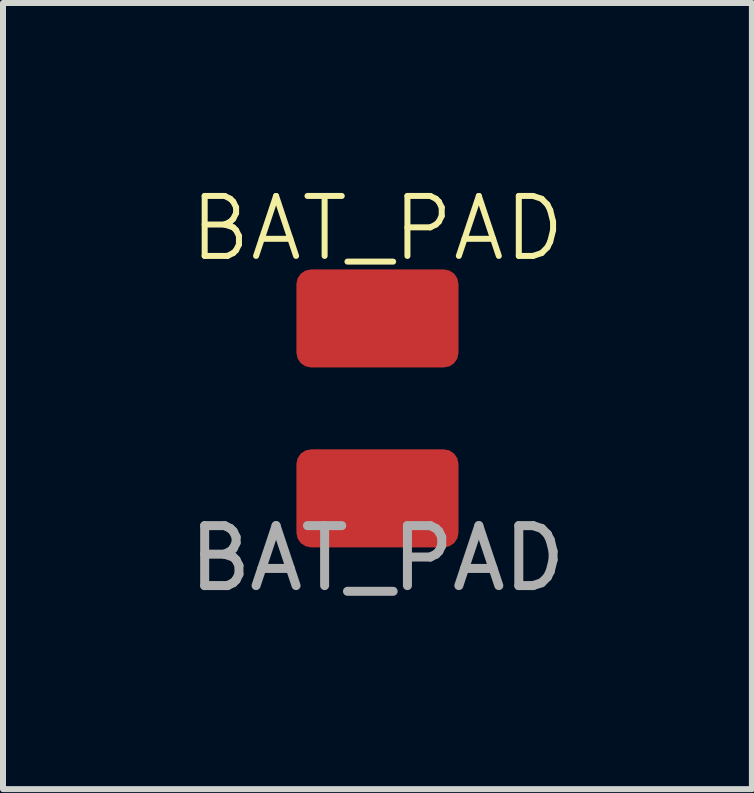
<source format=kicad_pcb>
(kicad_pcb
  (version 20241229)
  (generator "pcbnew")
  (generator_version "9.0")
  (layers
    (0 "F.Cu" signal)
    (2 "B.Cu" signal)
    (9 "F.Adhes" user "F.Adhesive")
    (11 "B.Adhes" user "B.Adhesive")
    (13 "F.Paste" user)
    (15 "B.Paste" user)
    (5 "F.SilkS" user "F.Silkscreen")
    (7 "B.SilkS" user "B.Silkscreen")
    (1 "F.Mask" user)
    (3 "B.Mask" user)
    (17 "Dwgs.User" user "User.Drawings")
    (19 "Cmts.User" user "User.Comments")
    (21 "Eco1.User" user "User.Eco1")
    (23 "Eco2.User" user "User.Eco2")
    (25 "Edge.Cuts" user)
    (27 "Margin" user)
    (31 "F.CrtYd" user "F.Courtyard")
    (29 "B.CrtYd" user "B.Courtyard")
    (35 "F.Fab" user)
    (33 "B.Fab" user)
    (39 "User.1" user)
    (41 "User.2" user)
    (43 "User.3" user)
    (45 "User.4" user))
  (footprint "BAT_PAD"
    (layer "F.Cu")
    (at 3.244 3.76)
    (property "Reference" "BAT_PAD" (at 0 -3 0) (unlocked yes) (layer "F.SilkS") (effects (font (size 1 1) (thickness 0.1))))
    (attr smd)
    (fp_text user "${REFERENCE}" (at 0 2.5 0) (unlocked yes) (layer "F.Fab") (effects (font (size 1 1) (thickness 0.15))))
    (pad "1" smd roundrect (at 0 -1.5) (size 2.703 1.635) (layers "F.Cu" "F.Mask" "F.Paste") (roundrect_rratio 0.15))
    (pad "2" smd roundrect (at 0 1.5) (size 2.703 1.635) (layers "F.Cu" "F.Mask" "F.Paste") (roundrect_rratio 0.15)))
  (gr_rect
    (start -3 -3)
    (end 9.488 10.109)
    (stroke (width 0.1) (type default))
    (fill no)
    (layer "Edge.Cuts")))
</source>
